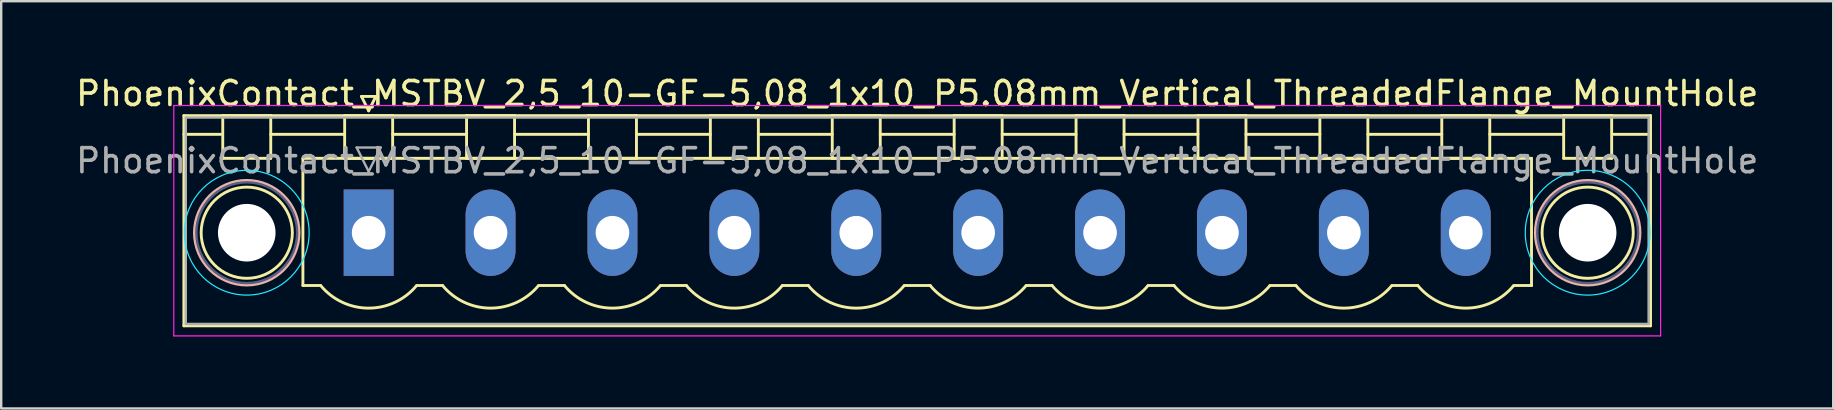
<source format=kicad_pcb>
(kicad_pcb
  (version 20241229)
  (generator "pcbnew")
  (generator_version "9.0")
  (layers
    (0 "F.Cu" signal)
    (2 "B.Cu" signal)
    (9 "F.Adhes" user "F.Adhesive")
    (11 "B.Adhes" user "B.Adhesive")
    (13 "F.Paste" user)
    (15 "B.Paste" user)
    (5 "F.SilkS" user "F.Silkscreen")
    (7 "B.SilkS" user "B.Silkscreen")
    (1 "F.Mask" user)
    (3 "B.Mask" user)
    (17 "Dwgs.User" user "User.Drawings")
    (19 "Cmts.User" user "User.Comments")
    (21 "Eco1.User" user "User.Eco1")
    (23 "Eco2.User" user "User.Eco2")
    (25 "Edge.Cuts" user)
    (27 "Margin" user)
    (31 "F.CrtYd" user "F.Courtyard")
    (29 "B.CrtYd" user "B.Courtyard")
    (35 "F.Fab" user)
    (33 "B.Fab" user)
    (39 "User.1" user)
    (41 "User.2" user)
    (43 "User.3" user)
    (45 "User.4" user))
  (footprint "PhoenixContact_MSTBV_2,5_10-GF-5,08_1x10_P5.08mm_Vertical_ThreadedFlange_MountHole"
    (layer "F.Cu")
    (at 12.313 6.648)
    (property "Reference" "PhoenixContact_MSTBV_2,5_10-GF-5,08_1x10_P5.08mm_Vertical_ThreadedFlange_MountHole" (at 22.86 -5.8 0) (layer "F.SilkS") (effects (font (size 1 1) (thickness 0.15))))
    (attr through_hole)
    (fp_line (start -7.7 -4.88) (end -7.7 3.88) (stroke (width 0.12) (type solid)) (layer "F.SilkS"))
    (fp_line (start -7.7 -4.1) (end -6.16 -4.1) (stroke (width 0.12) (type solid)) (layer "F.SilkS"))
    (fp_line (start -7.7 3.88) (end 53.42 3.88) (stroke (width 0.12) (type solid)) (layer "F.SilkS"))
    (fp_line (start -6.08 -4.88) (end -4.08 -4.88) (stroke (width 0.12) (type solid)) (layer "F.SilkS"))
    (fp_line (start -6.08 -3.1) (end -6.08 -4.88) (stroke (width 0.12) (type solid)) (layer "F.SilkS"))
    (fp_line (start -4.08 -4.88) (end -4.08 -3.1) (stroke (width 0.12) (type solid)) (layer "F.SilkS"))
    (fp_line (start -4.08 -4.1) (end -1 -4.1) (stroke (width 0.12) (type solid)) (layer "F.SilkS"))
    (fp_line (start -4.08 -3.1) (end -6.08 -3.1) (stroke (width 0.12) (type solid)) (layer "F.SilkS"))
    (fp_line (start -2.74 -3.1) (end 48.46 -3.1) (stroke (width 0.12) (type solid)) (layer "F.SilkS"))
    (fp_line (start -2.74 2.2) (end -2.74 -3.1) (stroke (width 0.12) (type solid)) (layer "F.SilkS"))
    (fp_line (start -2 2.2) (end -2.74 2.2) (stroke (width 0.12) (type solid)) (layer "F.SilkS"))
    (fp_line (start -1 -4.88) (end 1 -4.88) (stroke (width 0.12) (type solid)) (layer "F.SilkS"))
    (fp_line (start -1 -3.1) (end -1 -4.88) (stroke (width 0.12) (type solid)) (layer "F.SilkS"))
    (fp_line (start -0.3 -5.68) (end 0.3 -5.68) (stroke (width 0.12) (type solid)) (layer "F.SilkS"))
    (fp_line (start 0 -5.08) (end -0.3 -5.68) (stroke (width 0.12) (type solid)) (layer "F.SilkS"))
    (fp_line (start 0.3 -5.68) (end 0 -5.08) (stroke (width 0.12) (type solid)) (layer "F.SilkS"))
    (fp_line (start 1 -4.88) (end 1 -3.1) (stroke (width 0.12) (type solid)) (layer "F.SilkS"))
    (fp_line (start 1 -4.1) (end 4.08 -4.1) (stroke (width 0.12) (type solid)) (layer "F.SilkS"))
    (fp_line (start 1 -3.1) (end -1 -3.1) (stroke (width 0.12) (type solid)) (layer "F.SilkS"))
    (fp_line (start 2 2.2) (end 3.08 2.2) (stroke (width 0.12) (type solid)) (layer "F.SilkS"))
    (fp_line (start 4.08 -4.88) (end 6.08 -4.88) (stroke (width 0.12) (type solid)) (layer "F.SilkS"))
    (fp_line (start 4.08 -3.1) (end 4.08 -4.88) (stroke (width 0.12) (type solid)) (layer "F.SilkS"))
    (fp_line (start 6.08 -4.88) (end 6.08 -3.1) (stroke (width 0.12) (type solid)) (layer "F.SilkS"))
    (fp_line (start 6.08 -4.1) (end 9.16 -4.1) (stroke (width 0.12) (type solid)) (layer "F.SilkS"))
    (fp_line (start 6.08 -3.1) (end 4.08 -3.1) (stroke (width 0.12) (type solid)) (layer "F.SilkS"))
    (fp_line (start 7.08 2.2) (end 8.16 2.2) (stroke (width 0.12) (type solid)) (layer "F.SilkS"))
    (fp_line (start 9.16 -4.88) (end 11.16 -4.88) (stroke (width 0.12) (type solid)) (layer "F.SilkS"))
    (fp_line (start 9.16 -3.1) (end 9.16 -4.88) (stroke (width 0.12) (type solid)) (layer "F.SilkS"))
    (fp_line (start 11.16 -4.88) (end 11.16 -3.1) (stroke (width 0.12) (type solid)) (layer "F.SilkS"))
    (fp_line (start 11.16 -4.1) (end 14.24 -4.1) (stroke (width 0.12) (type solid)) (layer "F.SilkS"))
    (fp_line (start 11.16 -3.1) (end 9.16 -3.1) (stroke (width 0.12) (type solid)) (layer "F.SilkS"))
    (fp_line (start 12.16 2.2) (end 13.24 2.2) (stroke (width 0.12) (type solid)) (layer "F.SilkS"))
    (fp_line (start 14.24 -4.88) (end 16.24 -4.88) (stroke (width 0.12) (type solid)) (layer "F.SilkS"))
    (fp_line (start 14.24 -3.1) (end 14.24 -4.88) (stroke (width 0.12) (type solid)) (layer "F.SilkS"))
    (fp_line (start 16.24 -4.88) (end 16.24 -3.1) (stroke (width 0.12) (type solid)) (layer "F.SilkS"))
    (fp_line (start 16.24 -4.1) (end 19.32 -4.1) (stroke (width 0.12) (type solid)) (layer "F.SilkS"))
    (fp_line (start 16.24 -3.1) (end 14.24 -3.1) (stroke (width 0.12) (type solid)) (layer "F.SilkS"))
    (fp_line (start 17.24 2.2) (end 18.32 2.2) (stroke (width 0.12) (type solid)) (layer "F.SilkS"))
    (fp_line (start 19.32 -4.88) (end 21.32 -4.88) (stroke (width 0.12) (type solid)) (layer "F.SilkS"))
    (fp_line (start 19.32 -3.1) (end 19.32 -4.88) (stroke (width 0.12) (type solid)) (layer "F.SilkS"))
    (fp_line (start 21.32 -4.88) (end 21.32 -3.1) (stroke (width 0.12) (type solid)) (layer "F.SilkS"))
    (fp_line (start 21.32 -4.1) (end 24.4 -4.1) (stroke (width 0.12) (type solid)) (layer "F.SilkS"))
    (fp_line (start 21.32 -3.1) (end 19.32 -3.1) (stroke (width 0.12) (type solid)) (layer "F.SilkS"))
    (fp_line (start 22.32 2.2) (end 23.4 2.2) (stroke (width 0.12) (type solid)) (layer "F.SilkS"))
    (fp_line (start 24.4 -4.88) (end 26.4 -4.88) (stroke (width 0.12) (type solid)) (layer "F.SilkS"))
    (fp_line (start 24.4 -3.1) (end 24.4 -4.88) (stroke (width 0.12) (type solid)) (layer "F.SilkS"))
    (fp_line (start 26.4 -4.88) (end 26.4 -3.1) (stroke (width 0.12) (type solid)) (layer "F.SilkS"))
    (fp_line (start 26.4 -4.1) (end 29.48 -4.1) (stroke (width 0.12) (type solid)) (layer "F.SilkS"))
    (fp_line (start 26.4 -3.1) (end 24.4 -3.1) (stroke (width 0.12) (type solid)) (layer "F.SilkS"))
    (fp_line (start 27.4 2.2) (end 28.48 2.2) (stroke (width 0.12) (type solid)) (layer "F.SilkS"))
    (fp_line (start 29.48 -4.88) (end 31.48 -4.88) (stroke (width 0.12) (type solid)) (layer "F.SilkS"))
    (fp_line (start 29.48 -3.1) (end 29.48 -4.88) (stroke (width 0.12) (type solid)) (layer "F.SilkS"))
    (fp_line (start 31.48 -4.88) (end 31.48 -3.1) (stroke (width 0.12) (type solid)) (layer "F.SilkS"))
    (fp_line (start 31.48 -4.1) (end 34.56 -4.1) (stroke (width 0.12) (type solid)) (layer "F.SilkS"))
    (fp_line (start 31.48 -3.1) (end 29.48 -3.1) (stroke (width 0.12) (type solid)) (layer "F.SilkS"))
    (fp_line (start 32.48 2.2) (end 33.56 2.2) (stroke (width 0.12) (type solid)) (layer "F.SilkS"))
    (fp_line (start 34.56 -4.88) (end 36.56 -4.88) (stroke (width 0.12) (type solid)) (layer "F.SilkS"))
    (fp_line (start 34.56 -3.1) (end 34.56 -4.88) (stroke (width 0.12) (type solid)) (layer "F.SilkS"))
    (fp_line (start 36.56 -4.88) (end 36.56 -3.1) (stroke (width 0.12) (type solid)) (layer "F.SilkS"))
    (fp_line (start 36.56 -4.1) (end 39.64 -4.1) (stroke (width 0.12) (type solid)) (layer "F.SilkS"))
    (fp_line (start 36.56 -3.1) (end 34.56 -3.1) (stroke (width 0.12) (type solid)) (layer "F.SilkS"))
    (fp_line (start 37.56 2.2) (end 38.64 2.2) (stroke (width 0.12) (type solid)) (layer "F.SilkS"))
    (fp_line (start 39.64 -4.88) (end 41.64 -4.88) (stroke (width 0.12) (type solid)) (layer "F.SilkS"))
    (fp_line (start 39.64 -3.1) (end 39.64 -4.88) (stroke (width 0.12) (type solid)) (layer "F.SilkS"))
    (fp_line (start 41.64 -4.88) (end 41.64 -3.1) (stroke (width 0.12) (type solid)) (layer "F.SilkS"))
    (fp_line (start 41.64 -4.1) (end 44.72 -4.1) (stroke (width 0.12) (type solid)) (layer "F.SilkS"))
    (fp_line (start 41.64 -3.1) (end 39.64 -3.1) (stroke (width 0.12) (type solid)) (layer "F.SilkS"))
    (fp_line (start 42.64 2.2) (end 43.72 2.2) (stroke (width 0.12) (type solid)) (layer "F.SilkS"))
    (fp_line (start 44.72 -4.88) (end 46.72 -4.88) (stroke (width 0.12) (type solid)) (layer "F.SilkS"))
    (fp_line (start 44.72 -3.1) (end 44.72 -4.88) (stroke (width 0.12) (type solid)) (layer "F.SilkS"))
    (fp_line (start 46.72 -4.88) (end 46.72 -3.1) (stroke (width 0.12) (type solid)) (layer "F.SilkS"))
    (fp_line (start 46.72 -4.1) (end 49.8 -4.1) (stroke (width 0.12) (type solid)) (layer "F.SilkS"))
    (fp_line (start 46.72 -3.1) (end 44.72 -3.1) (stroke (width 0.12) (type solid)) (layer "F.SilkS"))
    (fp_line (start 48.46 -3.1) (end 48.46 2.2) (stroke (width 0.12) (type solid)) (layer "F.SilkS"))
    (fp_line (start 48.46 2.2) (end 47.72 2.2) (stroke (width 0.12) (type solid)) (layer "F.SilkS"))
    (fp_line (start 49.8 -4.88) (end 51.8 -4.88) (stroke (width 0.12) (type solid)) (layer "F.SilkS"))
    (fp_line (start 49.8 -3.1) (end 49.8 -4.88) (stroke (width 0.12) (type solid)) (layer "F.SilkS"))
    (fp_line (start 51.8 -4.88) (end 51.8 -3.1) (stroke (width 0.12) (type solid)) (layer "F.SilkS"))
    (fp_line (start 51.8 -3.1) (end 49.8 -3.1) (stroke (width 0.12) (type solid)) (layer "F.SilkS"))
    (fp_line (start 53.42 -4.88) (end -7.7 -4.88) (stroke (width 0.12) (type solid)) (layer "F.SilkS"))
    (fp_line (start 53.42 -4.1) (end 51.88 -4.1) (stroke (width 0.12) (type solid)) (layer "F.SilkS"))
    (fp_line (start 53.42 3.88) (end 53.42 -4.88) (stroke (width 0.12) (type solid)) (layer "F.SilkS"))
    (fp_arc (start 1.986842 2.215821) (mid -0.010289 3.142758) (end -2 2.2) (stroke (width 0.12) (type solid)) (layer "F.SilkS"))
    (fp_arc (start 7.066842 2.215821) (mid 5.069711 3.142758) (end 3.08 2.2) (stroke (width 0.12) (type solid)) (layer "F.SilkS"))
    (fp_arc (start 12.146842 2.215821) (mid 10.149711 3.142758) (end 8.16 2.2) (stroke (width 0.12) (type solid)) (layer "F.SilkS"))
    (fp_arc (start 17.226842 2.215821) (mid 15.229711 3.142758) (end 13.24 2.2) (stroke (width 0.12) (type solid)) (layer "F.SilkS"))
    (fp_arc (start 22.306842 2.215821) (mid 20.309711 3.142758) (end 18.32 2.2) (stroke (width 0.12) (type solid)) (layer "F.SilkS"))
    (fp_arc (start 27.386842 2.215821) (mid 25.389711 3.142758) (end 23.4 2.2) (stroke (width 0.12) (type solid)) (layer "F.SilkS"))
    (fp_arc (start 32.466842 2.215821) (mid 30.469711 3.142758) (end 28.48 2.2) (stroke (width 0.12) (type solid)) (layer "F.SilkS"))
    (fp_arc (start 37.546842 2.215821) (mid 35.549711 3.142758) (end 33.56 2.2) (stroke (width 0.12) (type solid)) (layer "F.SilkS"))
    (fp_arc (start 42.626842 2.215821) (mid 40.629711 3.142758) (end 38.64 2.2) (stroke (width 0.12) (type solid)) (layer "F.SilkS"))
    (fp_arc (start 47.706842 2.215821) (mid 45.709711 3.142758) (end 43.72 2.2) (stroke (width 0.12) (type solid)) (layer "F.SilkS"))
    (fp_circle (center -5.08 0) (end -3.18 0) (stroke (width 0.12) (type solid)) (fill no) (layer "F.SilkS"))
    (fp_circle (center 50.8 0) (end 52.7 0) (stroke (width 0.12) (type solid)) (fill no) (layer "F.SilkS"))
    (fp_circle (center -5.08 0) (end -2.9 0) (stroke (width 0.12) (type solid)) (fill no) (layer "B.SilkS"))
    (fp_circle (center 50.8 0) (end 52.98 0) (stroke (width 0.12) (type solid)) (fill no) (layer "B.SilkS"))
    (fp_circle (center -5.08 0) (end -2.48 0) (stroke (width 0.05) (type solid)) (fill no) (layer "B.CrtYd"))
    (fp_circle (center 50.8 0) (end 53.4 0) (stroke (width 0.05) (type solid)) (fill no) (layer "B.CrtYd"))
    (fp_line (start -8.12 -5.3) (end -8.12 4.3) (stroke (width 0.05) (type solid)) (layer "F.CrtYd"))
    (fp_line (start -8.12 4.3) (end 53.84 4.3) (stroke (width 0.05) (type solid)) (layer "F.CrtYd"))
    (fp_line (start 53.84 -5.3) (end -8.12 -5.3) (stroke (width 0.05) (type solid)) (layer "F.CrtYd"))
    (fp_line (start 53.84 4.3) (end 53.84 -5.3) (stroke (width 0.05) (type solid)) (layer "F.CrtYd"))
    (fp_circle (center -5.08 0) (end -2.98 0) (stroke (width 0.1) (type solid)) (fill no) (layer "B.Fab"))
    (fp_circle (center 50.8 0) (end 52.9 0) (stroke (width 0.1) (type solid)) (fill no) (layer "B.Fab"))
    (fp_line (start -7.62 -4.8) (end -7.62 3.8) (stroke (width 0.1) (type solid)) (layer "F.Fab"))
    (fp_line (start -7.62 3.8) (end 53.34 3.8) (stroke (width 0.1) (type solid)) (layer "F.Fab"))
    (fp_line (start -0.5 -3.55) (end 0.5 -3.55) (stroke (width 0.1) (type solid)) (layer "F.Fab"))
    (fp_line (start 0 -2.55) (end -0.5 -3.55) (stroke (width 0.1) (type solid)) (layer "F.Fab"))
    (fp_line (start 0.5 -3.55) (end 0 -2.55) (stroke (width 0.1) (type solid)) (layer "F.Fab"))
    (fp_line (start 53.34 -4.8) (end -7.62 -4.8) (stroke (width 0.1) (type solid)) (layer "F.Fab"))
    (fp_line (start 53.34 3.8) (end 53.34 -4.8) (stroke (width 0.1) (type solid)) (layer "F.Fab"))
    (fp_text user "${REFERENCE}" (at 22.86 -3 0) (layer "F.Fab") (effects (font (size 1 1) (thickness 0.15))))
    (pad "" np_thru_hole circle (at -5.08 0) (size 2.4 2.4) (drill 2.4) (layers "*.Cu" "*.Mask"))
    (pad "" np_thru_hole circle (at 50.8 0) (size 2.4 2.4) (drill 2.4) (layers "*.Cu" "*.Mask"))
    (pad "1" thru_hole rect (at 0 0) (size 2.08 3.6) (drill 1.4) (layers "*.Cu" "*.Mask"))
    (pad "2" thru_hole oval (at 5.08 0) (size 2.08 3.6) (drill 1.4) (layers "*.Cu" "*.Mask"))
    (pad "3" thru_hole oval (at 10.16 0) (size 2.08 3.6) (drill 1.4) (layers "*.Cu" "*.Mask"))
    (pad "4" thru_hole oval (at 15.24 0) (size 2.08 3.6) (drill 1.4) (layers "*.Cu" "*.Mask"))
    (pad "5" thru_hole oval (at 20.32 0) (size 2.08 3.6) (drill 1.4) (layers "*.Cu" "*.Mask"))
    (pad "6" thru_hole oval (at 25.4 0) (size 2.08 3.6) (drill 1.4) (layers "*.Cu" "*.Mask"))
    (pad "7" thru_hole oval (at 30.48 0) (size 2.08 3.6) (drill 1.4) (layers "*.Cu" "*.Mask"))
    (pad "8" thru_hole oval (at 35.56 0) (size 2.08 3.6) (drill 1.4) (layers "*.Cu" "*.Mask"))
    (pad "9" thru_hole oval (at 40.64 0) (size 2.08 3.6) (drill 1.4) (layers "*.Cu" "*.Mask"))
    (pad "10" thru_hole oval (at 45.72 0) (size 2.08 3.6) (drill 1.4) (layers "*.Cu" "*.Mask")))
  (gr_rect
    (start -3 -3)
    (end 73.345 13.973)
    (stroke (width 0.1) (type default))
    (fill no)
    (layer "Edge.Cuts")))
</source>
